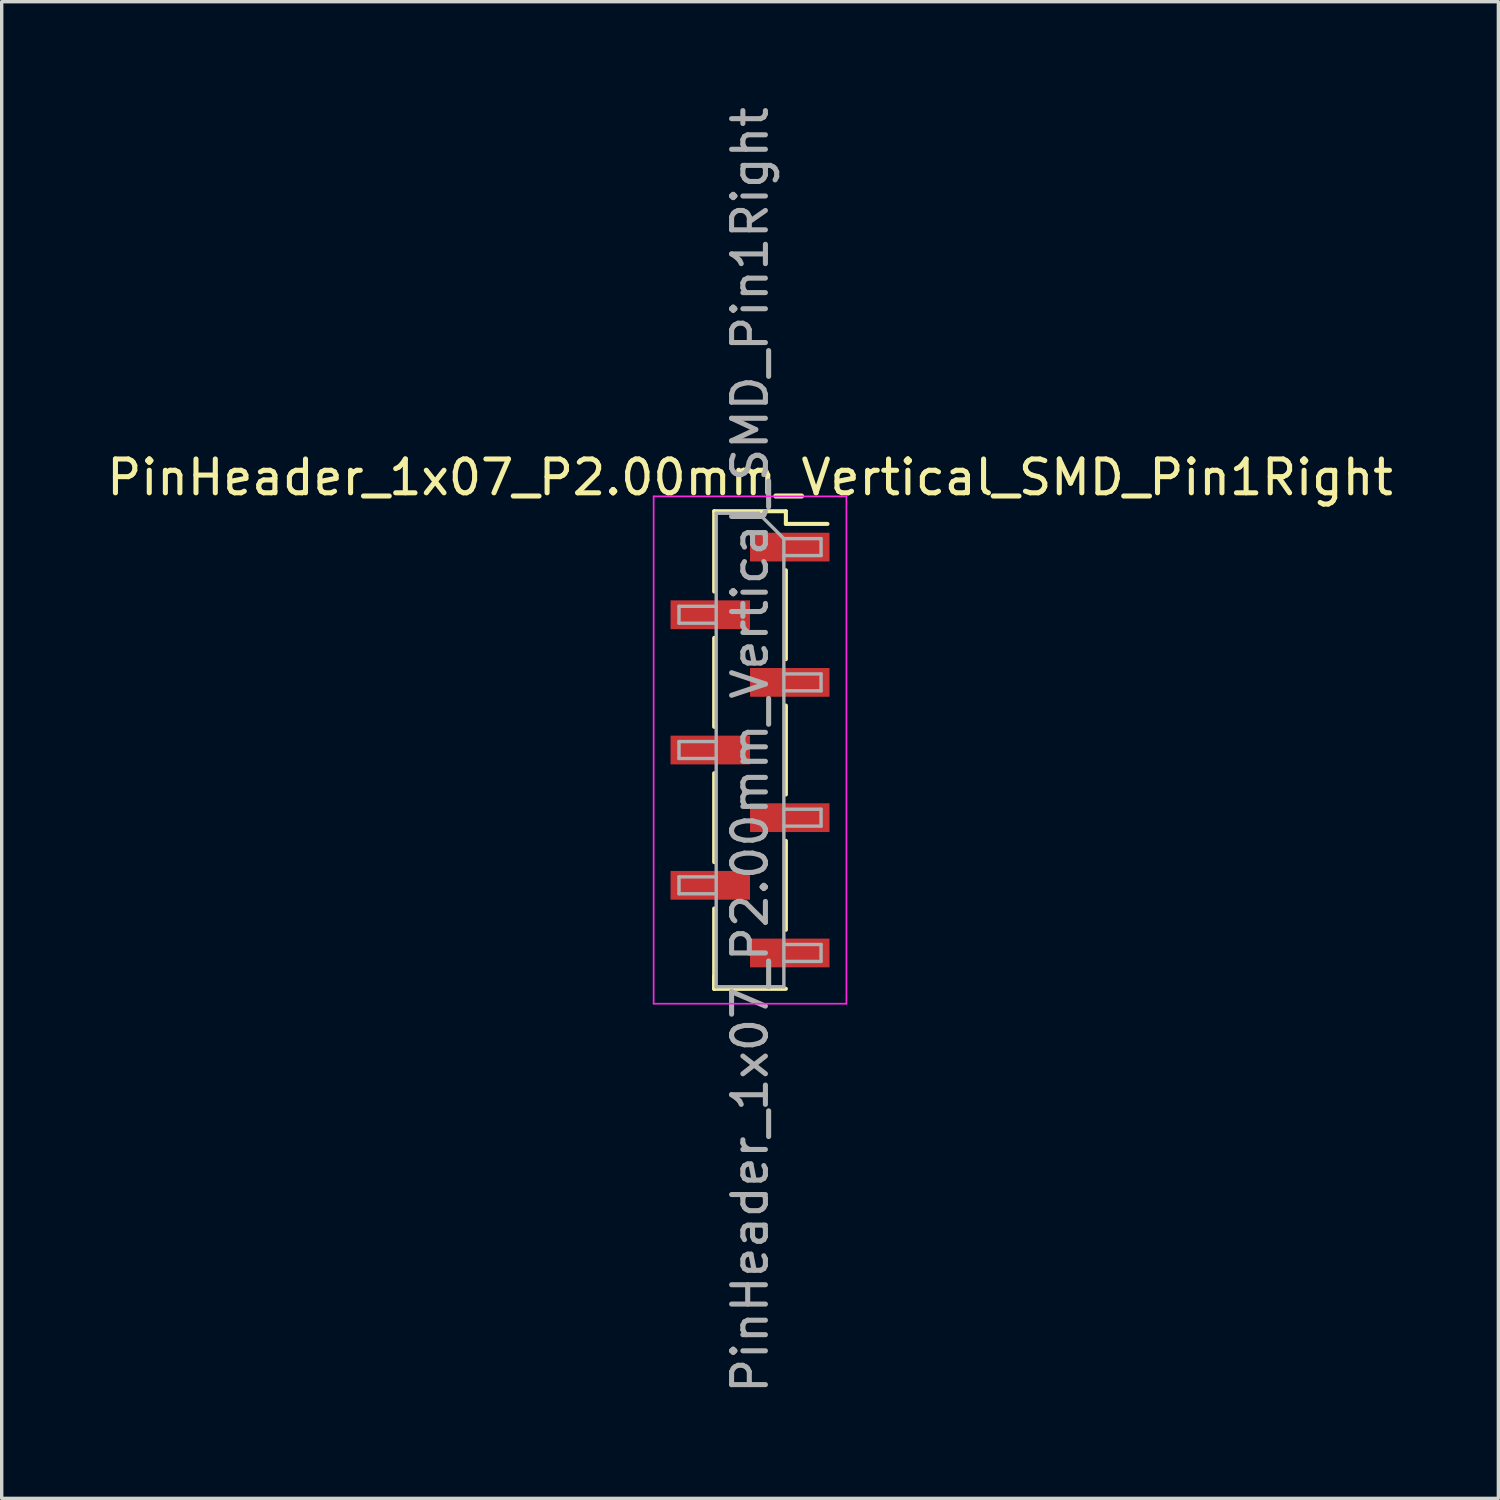
<source format=kicad_pcb>
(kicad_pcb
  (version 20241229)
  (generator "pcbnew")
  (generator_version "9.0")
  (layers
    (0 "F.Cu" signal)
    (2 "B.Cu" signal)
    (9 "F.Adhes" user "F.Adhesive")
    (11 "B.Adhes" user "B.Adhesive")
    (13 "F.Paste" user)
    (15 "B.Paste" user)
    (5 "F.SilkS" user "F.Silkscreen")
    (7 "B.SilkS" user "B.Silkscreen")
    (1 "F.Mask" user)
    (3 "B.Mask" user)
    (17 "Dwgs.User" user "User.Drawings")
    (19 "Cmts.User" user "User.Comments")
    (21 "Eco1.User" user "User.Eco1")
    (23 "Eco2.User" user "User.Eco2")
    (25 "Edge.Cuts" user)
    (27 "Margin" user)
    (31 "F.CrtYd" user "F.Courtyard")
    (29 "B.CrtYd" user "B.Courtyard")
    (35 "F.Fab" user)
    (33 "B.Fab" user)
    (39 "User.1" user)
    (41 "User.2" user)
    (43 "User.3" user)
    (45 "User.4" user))
  (footprint "PinHeader_1x07_P2.00mm_Vertical_SMD_Pin1Right"
    (layer "F.Cu")
    (at 19.125 19.125)
    (property "Reference" "PinHeader_1x07_P2.00mm_Vertical_SMD_Pin1Right" (at 0 -8.06 0) (layer "F.SilkS") (effects (font (size 1 1) (thickness 0.15))))
    (attr smd)
    (fp_line (start -1.06 -7.06) (end -1.06 -4.685) (stroke (width 0.12) (type solid)) (layer "F.SilkS"))
    (fp_line (start -1.06 -7.06) (end 1.06 -7.06) (stroke (width 0.12) (type solid)) (layer "F.SilkS"))
    (fp_line (start -1.06 -3.315) (end -1.06 -0.685) (stroke (width 0.12) (type solid)) (layer "F.SilkS"))
    (fp_line (start -1.06 0.685) (end -1.06 3.315) (stroke (width 0.12) (type solid)) (layer "F.SilkS"))
    (fp_line (start -1.06 4.685) (end -1.06 7.06) (stroke (width 0.12) (type solid)) (layer "F.SilkS"))
    (fp_line (start -1.06 6.685) (end -1.06 7.06) (stroke (width 0.12) (type solid)) (layer "F.SilkS"))
    (fp_line (start -1.06 7.06) (end 1.06 7.06) (stroke (width 0.12) (type solid)) (layer "F.SilkS"))
    (fp_line (start 1.06 -7.06) (end 1.06 -6.685) (stroke (width 0.12) (type solid)) (layer "F.SilkS"))
    (fp_line (start 1.06 -6.685) (end 2.29 -6.685) (stroke (width 0.12) (type solid)) (layer "F.SilkS"))
    (fp_line (start 1.06 -5.315) (end 1.06 -2.685) (stroke (width 0.12) (type solid)) (layer "F.SilkS"))
    (fp_line (start 1.06 -1.315) (end 1.06 1.315) (stroke (width 0.12) (type solid)) (layer "F.SilkS"))
    (fp_line (start 1.06 2.685) (end 1.06 5.315) (stroke (width 0.12) (type solid)) (layer "F.SilkS"))
    (fp_line (start -2.85 -7.5) (end -2.85 7.5) (stroke (width 0.05) (type solid)) (layer "F.CrtYd"))
    (fp_line (start -2.85 7.5) (end 2.85 7.5) (stroke (width 0.05) (type solid)) (layer "F.CrtYd"))
    (fp_line (start 2.85 -7.5) (end -2.85 -7.5) (stroke (width 0.05) (type solid)) (layer "F.CrtYd"))
    (fp_line (start 2.85 7.5) (end 2.85 -7.5) (stroke (width 0.05) (type solid)) (layer "F.CrtYd"))
    (fp_line (start -2.1 -4.25) (end -2.1 -3.75) (stroke (width 0.1) (type solid)) (layer "F.Fab"))
    (fp_line (start -2.1 -3.75) (end -1 -3.75) (stroke (width 0.1) (type solid)) (layer "F.Fab"))
    (fp_line (start -2.1 -0.25) (end -2.1 0.25) (stroke (width 0.1) (type solid)) (layer "F.Fab"))
    (fp_line (start -2.1 0.25) (end -1 0.25) (stroke (width 0.1) (type solid)) (layer "F.Fab"))
    (fp_line (start -2.1 3.75) (end -2.1 4.25) (stroke (width 0.1) (type solid)) (layer "F.Fab"))
    (fp_line (start -2.1 4.25) (end -1 4.25) (stroke (width 0.1) (type solid)) (layer "F.Fab"))
    (fp_line (start -1 -7) (end -1 7) (stroke (width 0.1) (type solid)) (layer "F.Fab"))
    (fp_line (start -1 -7) (end 0.25 -7) (stroke (width 0.1) (type solid)) (layer "F.Fab"))
    (fp_line (start -1 -4.25) (end -2.1 -4.25) (stroke (width 0.1) (type solid)) (layer "F.Fab"))
    (fp_line (start -1 -0.25) (end -2.1 -0.25) (stroke (width 0.1) (type solid)) (layer "F.Fab"))
    (fp_line (start -1 3.75) (end -2.1 3.75) (stroke (width 0.1) (type solid)) (layer "F.Fab"))
    (fp_line (start 1 -6.25) (end 0.25 -7) (stroke (width 0.1) (type solid)) (layer "F.Fab"))
    (fp_line (start 1 -6.25) (end 2.1 -6.25) (stroke (width 0.1) (type solid)) (layer "F.Fab"))
    (fp_line (start 1 -2.25) (end 2.1 -2.25) (stroke (width 0.1) (type solid)) (layer "F.Fab"))
    (fp_line (start 1 1.75) (end 2.1 1.75) (stroke (width 0.1) (type solid)) (layer "F.Fab"))
    (fp_line (start 1 5.75) (end 2.1 5.75) (stroke (width 0.1) (type solid)) (layer "F.Fab"))
    (fp_line (start 1 7) (end -1 7) (stroke (width 0.1) (type solid)) (layer "F.Fab"))
    (fp_line (start 1 7) (end 1 -6.25) (stroke (width 0.1) (type solid)) (layer "F.Fab"))
    (fp_line (start 2.1 -6.25) (end 2.1 -5.75) (stroke (width 0.1) (type solid)) (layer "F.Fab"))
    (fp_line (start 2.1 -5.75) (end 1 -5.75) (stroke (width 0.1) (type solid)) (layer "F.Fab"))
    (fp_line (start 2.1 -2.25) (end 2.1 -1.75) (stroke (width 0.1) (type solid)) (layer "F.Fab"))
    (fp_line (start 2.1 -1.75) (end 1 -1.75) (stroke (width 0.1) (type solid)) (layer "F.Fab"))
    (fp_line (start 2.1 1.75) (end 2.1 2.25) (stroke (width 0.1) (type solid)) (layer "F.Fab"))
    (fp_line (start 2.1 2.25) (end 1 2.25) (stroke (width 0.1) (type solid)) (layer "F.Fab"))
    (fp_line (start 2.1 5.75) (end 2.1 6.25) (stroke (width 0.1) (type solid)) (layer "F.Fab"))
    (fp_line (start 2.1 6.25) (end 1 6.25) (stroke (width 0.1) (type solid)) (layer "F.Fab"))
    (fp_text user "${REFERENCE}" (at 0 0 90) (layer "F.Fab") (effects (font (size 1 1) (thickness 0.15))))
    (pad "1" smd rect (at 1.175 -6) (size 2.35 0.85) (layers "F.Cu" "F.Mask" "F.Paste"))
    (pad "2" smd rect (at -1.175 -4) (size 2.35 0.85) (layers "F.Cu" "F.Mask" "F.Paste"))
    (pad "3" smd rect (at 1.175 -2) (size 2.35 0.85) (layers "F.Cu" "F.Mask" "F.Paste"))
    (pad "4" smd rect (at -1.175 0) (size 2.35 0.85) (layers "F.Cu" "F.Mask" "F.Paste"))
    (pad "5" smd rect (at 1.175 2) (size 2.35 0.85) (layers "F.Cu" "F.Mask" "F.Paste"))
    (pad "6" smd rect (at -1.175 4) (size 2.35 0.85) (layers "F.Cu" "F.Mask" "F.Paste"))
    (pad "7" smd rect (at 1.175 6) (size 2.35 0.85) (layers "F.Cu" "F.Mask" "F.Paste")))
  (gr_rect
    (start -3 -3)
    (end 41.25 41.25)
    (stroke (width 0.1) (type default))
    (fill no)
    (layer "Edge.Cuts")))
</source>
